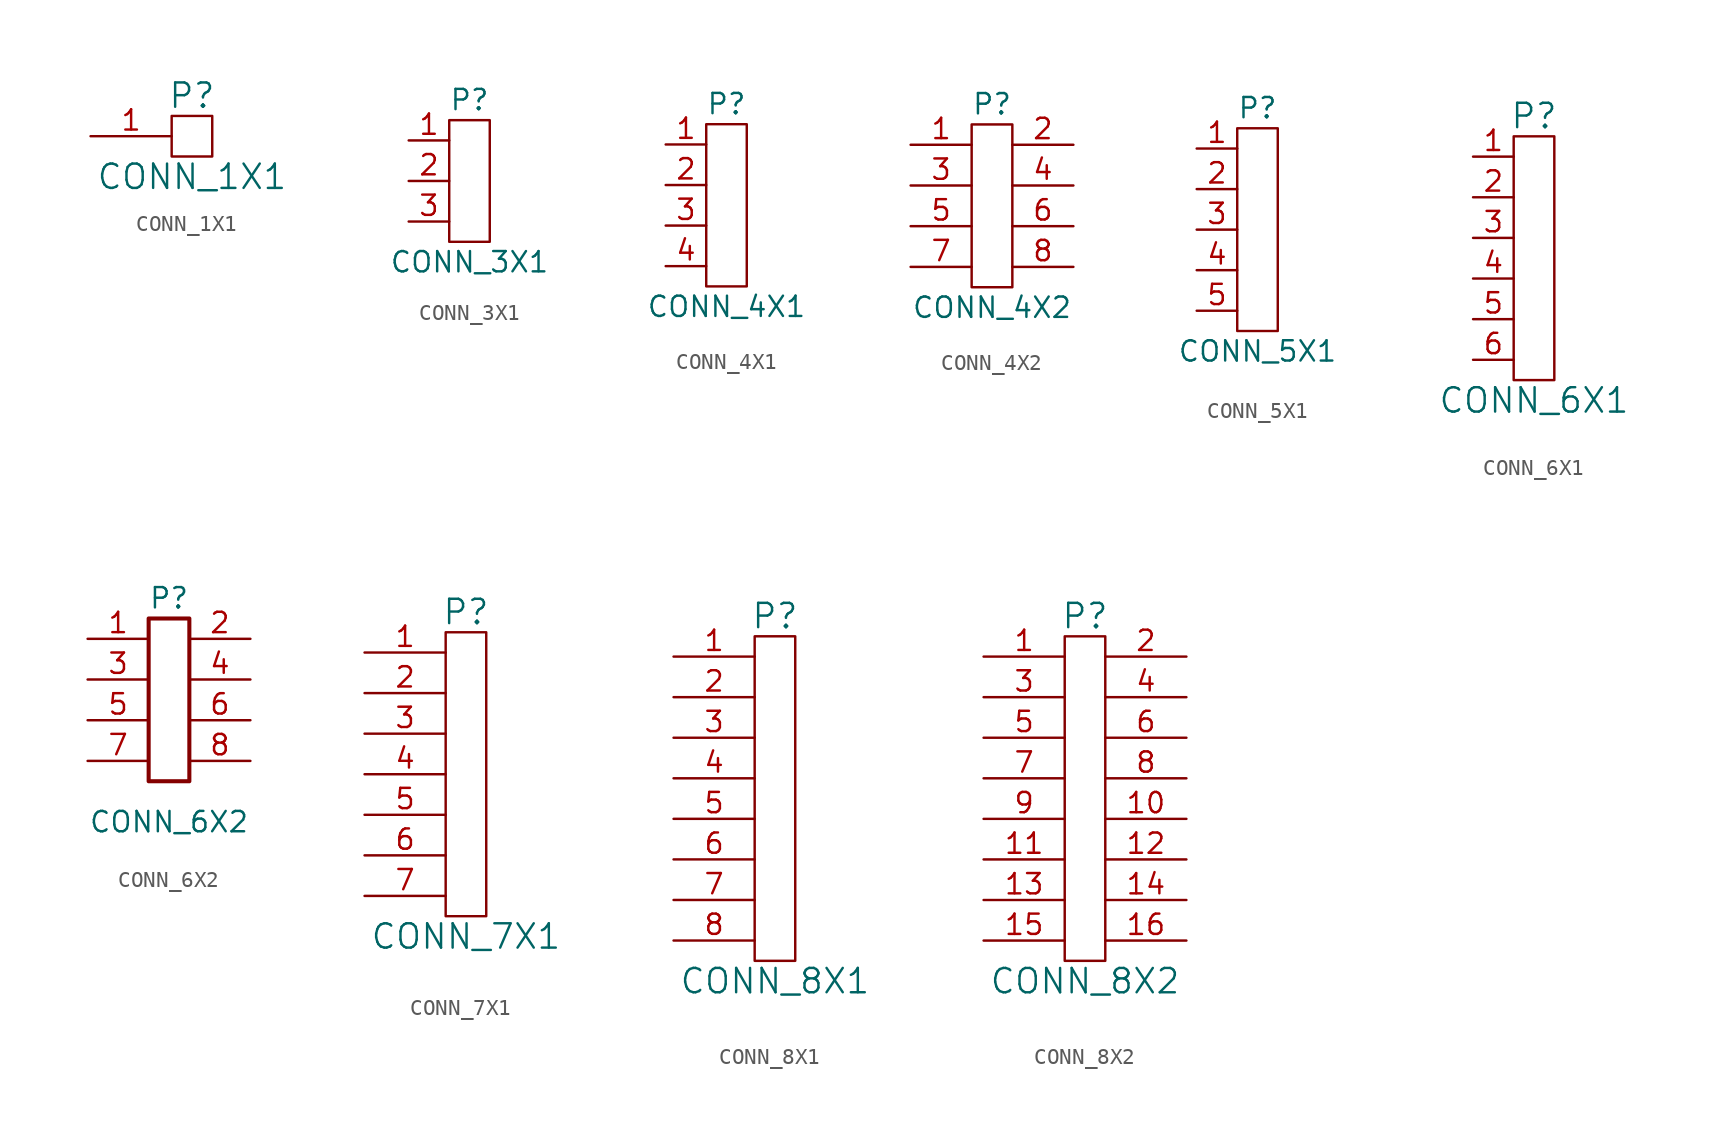
<source format=kicad_sym>
(kicad_symbol_lib
  (version 20201005)
  (generator kicad_symbol_editor)
  (symbol "CONN_1X1"
    (pin_names
      (offset 1.016))
    (property "Reference" "P"
      (at 0 2.54 0)
      (effects (font (size 1.524 1.524))))
    (property "Value" "CONN_1X1"
      (at 0 -2.54 0)
      (effects (font (size 1.524 1.524))))
    (symbol "CONN_1X1_0_1"
      (rectangle (start -1.27 1.27) (end 1.27 -1.27) (stroke (width 0)) (fill (type none))))
    (symbol "CONN_1X1_1_1"
      (pin unspecified line (at -6.35 0 0) (length 5.08) (name "~" (effects (font (size 1.27 1.27)))) (number "1" (effects (font (size 1.27 1.27)))))))
  (symbol "CONN_3X1"
    (pin_names
      (offset 1.016))
    (property "Reference" "P"
      (at 0 5.08 0)
      (effects (font (size 1.27 1.27))))
    (property "Value" "CONN_3X1"
      (at 0 -5.08 0)
      (effects (font (size 1.27 1.27))))
    (symbol "CONN_3X1_0_1"
      (rectangle (start -1.27 3.81) (end 1.27 -3.81) (stroke (width 0)) (fill (type none))))
    (symbol "CONN_3X1_1_1"
      (pin unspecified line (at -3.81 2.54 0) (length 2.54) (name "~" (effects (font (size 1.27 1.27)))) (number "1" (effects (font (size 1.27 1.27)))))
      (pin unspecified line (at -3.81 0 0) (length 2.54) (name "~" (effects (font (size 1.27 1.27)))) (number "2" (effects (font (size 1.27 1.27)))))
      (pin unspecified line (at -3.81 -2.54 0) (length 2.54) (name "~" (effects (font (size 1.27 1.27)))) (number "3" (effects (font (size 1.27 1.27)))))))
  (symbol "CONN_4X1"
    (pin_names
      (offset 1.016))
    (property "Reference" "P"
      (at 0 6.35 0)
      (effects (font (size 1.27 1.27))))
    (property "Value" "CONN_4X1"
      (at 0 -6.35 0)
      (effects (font (size 1.27 1.27))))
    (symbol "CONN_4X1_0_1"
      (rectangle (start -1.27 5.08) (end 1.27 -5.08) (stroke (width 0)) (fill (type none))))
    (symbol "CONN_4X1_1_1"
      (pin unspecified line (at -3.81 3.81 0) (length 2.54) (name "~" (effects (font (size 1.27 1.27)))) (number "1" (effects (font (size 1.27 1.27)))))
      (pin unspecified line (at -3.81 1.27 0) (length 2.54) (name "~" (effects (font (size 1.27 1.27)))) (number "2" (effects (font (size 1.27 1.27)))))
      (pin unspecified line (at -3.81 -1.27 0) (length 2.54) (name "~" (effects (font (size 1.27 1.27)))) (number "3" (effects (font (size 1.27 1.27)))))
      (pin unspecified line (at -3.81 -3.81 0) (length 2.54) (name "~" (effects (font (size 1.27 1.27)))) (number "4" (effects (font (size 1.27 1.27)))))))
  (symbol "CONN_4X2"
    (pin_names
      (offset 0.025) hide)
    (property "Reference" "P"
      (at 0 6.35 0)
      (effects (font (size 1.27 1.27))))
    (property "Value" "CONN_4X2"
      (at 0 -6.35 0)
      (effects (font (size 1.27 1.27))))
    (symbol "CONN_4X2_0_1"
      (rectangle (start -1.27 5.08) (end 1.27 -5.08) (stroke (width 0)) (fill (type none))))
    (symbol "CONN_4X2_1_1"
      (pin passive line (at -5.08 3.81 0) (length 3.81) (name "P1" (effects (font (size 1.27 1.27)))) (number "1" (effects (font (size 1.27 1.27)))))
      (pin passive line (at 5.08 3.81 180) (length 3.81) (name "P2" (effects (font (size 1.27 1.27)))) (number "2" (effects (font (size 1.27 1.27)))))
      (pin passive line (at -5.08 1.27 0) (length 3.81) (name "P3" (effects (font (size 1.27 1.27)))) (number "3" (effects (font (size 1.27 1.27)))))
      (pin passive line (at 5.08 1.27 180) (length 3.81) (name "P4" (effects (font (size 1.27 1.27)))) (number "4" (effects (font (size 1.27 1.27)))))
      (pin passive line (at -5.08 -1.27 0) (length 3.81) (name "P5" (effects (font (size 1.27 1.27)))) (number "5" (effects (font (size 1.27 1.27)))))
      (pin passive line (at 5.08 -1.27 180) (length 3.81) (name "P6" (effects (font (size 1.27 1.27)))) (number "6" (effects (font (size 1.27 1.27)))))
      (pin passive line (at -5.08 -3.81 0) (length 3.81) (name "P7" (effects (font (size 1.27 1.27)))) (number "7" (effects (font (size 1.27 1.27)))))
      (pin passive line (at 5.08 -3.81 180) (length 3.81) (name "P8" (effects (font (size 1.27 1.27)))) (number "8" (effects (font (size 1.27 1.27)))))))
  (symbol "CONN_5X1"
    (pin_names
      (offset 1.016))
    (property "Reference" "P"
      (at 0 7.62 0)
      (effects (font (size 1.27 1.27))))
    (property "Value" "CONN_5X1"
      (at 0 -7.62 0)
      (effects (font (size 1.27 1.27))))
    (symbol "CONN_5X1_0_1"
      (rectangle (start -1.27 6.35) (end 1.27 -6.35) (stroke (width 0)) (fill (type none))))
    (symbol "CONN_5X1_1_1"
      (pin unspecified line (at -3.81 5.08 0) (length 2.54) (name "~" (effects (font (size 1.27 1.27)))) (number "1" (effects (font (size 1.27 1.27)))))
      (pin unspecified line (at -3.81 2.54 0) (length 2.54) (name "~" (effects (font (size 1.27 1.27)))) (number "2" (effects (font (size 1.27 1.27)))))
      (pin unspecified line (at -3.81 0 0) (length 2.54) (name "~" (effects (font (size 1.27 1.27)))) (number "3" (effects (font (size 1.27 1.27)))))
      (pin unspecified line (at -3.81 -2.54 0) (length 2.54) (name "~" (effects (font (size 1.27 1.27)))) (number "4" (effects (font (size 1.27 1.27)))))
      (pin unspecified line (at -3.81 -5.08 0) (length 2.54) (name "~" (effects (font (size 1.27 1.27)))) (number "5" (effects (font (size 1.27 1.27)))))))
  (symbol "CONN_6X1"
    (pin_names
      (offset 1.016))
    (property "Reference" "P"
      (at 0 8.89 0)
      (effects (font (size 1.524 1.524))))
    (property "Value" "CONN_6X1"
      (at 0 -8.89 0)
      (effects (font (size 1.524 1.524))))
    (symbol "CONN_6X1_0_1"
      (rectangle (start -1.27 7.62) (end 1.27 -7.62) (stroke (width 0)) (fill (type none))))
    (symbol "CONN_6X1_1_1"
      (pin unspecified line (at -3.81 6.35 0) (length 2.54) (name "~" (effects (font (size 1.27 1.27)))) (number "1" (effects (font (size 1.27 1.27)))))
      (pin unspecified line (at -3.81 3.81 0) (length 2.54) (name "~" (effects (font (size 1.27 1.27)))) (number "2" (effects (font (size 1.27 1.27)))))
      (pin unspecified line (at -3.81 1.27 0) (length 2.54) (name "~" (effects (font (size 1.27 1.27)))) (number "3" (effects (font (size 1.27 1.27)))))
      (pin unspecified line (at -3.81 -1.27 0) (length 2.54) (name "~" (effects (font (size 1.27 1.27)))) (number "4" (effects (font (size 1.27 1.27)))))
      (pin unspecified line (at -3.81 -3.81 0) (length 2.54) (name "~" (effects (font (size 1.27 1.27)))) (number "5" (effects (font (size 1.27 1.27)))))
      (pin unspecified line (at -3.81 -6.35 0) (length 2.54) (name "~" (effects (font (size 1.27 1.27)))) (number "6" (effects (font (size 1.27 1.27)))))))
  (symbol "CONN_6X2"
    (pin_names
      (offset 1.016) hide)
    (property "Reference" "P"
      (at 0 6.35 0)
      (effects (font (size 1.27 1.27))))
    (property "Value" "CONN_6X2"
      (at 0 -7.62 0)
      (effects (font (size 1.27 1.27))))
    (symbol "CONN_6X2_1_1"
      (rectangle (start -1.27 5.08) (end 1.27 -5.08) (stroke (width 0.254)) (fill (type none)))
      (pin passive line (at -5.08 3.81 0) (length 3.81) (name "Pin_1" (effects (font (size 1.27 1.27)))) (number "1" (effects (font (size 1.27 1.27)))))
      (pin passive line (at 5.08 3.81 180) (length 3.81) (name "Pin_2" (effects (font (size 1.27 1.27)))) (number "2" (effects (font (size 1.27 1.27)))))
      (pin passive line (at -5.08 1.27 0) (length 3.81) (name "Pin_3" (effects (font (size 1.27 1.27)))) (number "3" (effects (font (size 1.27 1.27)))))
      (pin passive line (at 5.08 1.27 180) (length 3.81) (name "Pin_4" (effects (font (size 1.27 1.27)))) (number "4" (effects (font (size 1.27 1.27)))))
      (pin passive line (at -5.08 -1.27 0) (length 3.81) (name "Pin_5" (effects (font (size 1.27 1.27)))) (number "5" (effects (font (size 1.27 1.27)))))
      (pin passive line (at 5.08 -1.27 180) (length 3.81) (name "Pin_6" (effects (font (size 1.27 1.27)))) (number "6" (effects (font (size 1.27 1.27)))))
      (pin passive line (at -5.08 -3.81 0) (length 3.81) (name "Pin_7" (effects (font (size 1.27 1.27)))) (number "7" (effects (font (size 1.27 1.27)))))
      (pin passive line (at 5.08 -3.81 180) (length 3.81) (name "Pin_8" (effects (font (size 1.27 1.27)))) (number "8" (effects (font (size 1.27 1.27)))))))
  (symbol "CONN_7X1"
    (pin_names
      (offset 1.016))
    (property "Reference" "P"
      (at 0 10.16 0)
      (effects (font (size 1.524 1.524))))
    (property "Value" "CONN_7X1"
      (at 0 -10.16 0)
      (effects (font (size 1.524 1.524))))
    (symbol "CONN_7X1_0_1"
      (rectangle (start -1.27 8.89) (end 1.27 -8.89) (stroke (width 0)) (fill (type none))))
    (symbol "CONN_7X1_1_1"
      (pin unspecified line (at -6.35 7.62 0) (length 5.08) (name "~" (effects (font (size 1.27 1.27)))) (number "1" (effects (font (size 1.27 1.27)))))
      (pin unspecified line (at -6.35 5.08 0) (length 5.08) (name "~" (effects (font (size 1.27 1.27)))) (number "2" (effects (font (size 1.27 1.27)))))
      (pin unspecified line (at -6.35 2.54 0) (length 5.08) (name "~" (effects (font (size 1.27 1.27)))) (number "3" (effects (font (size 1.27 1.27)))))
      (pin unspecified line (at -6.35 0 0) (length 5.08) (name "~" (effects (font (size 1.27 1.27)))) (number "4" (effects (font (size 1.27 1.27)))))
      (pin unspecified line (at -6.35 -2.54 0) (length 5.08) (name "~" (effects (font (size 1.27 1.27)))) (number "5" (effects (font (size 1.27 1.27)))))
      (pin unspecified line (at -6.35 -5.08 0) (length 5.08) (name "~" (effects (font (size 1.27 1.27)))) (number "6" (effects (font (size 1.27 1.27)))))
      (pin unspecified line (at -6.35 -7.62 0) (length 5.08) (name "~" (effects (font (size 1.27 1.27)))) (number "7" (effects (font (size 1.27 1.27)))))))
  (symbol "CONN_8X1"
    (pin_names
      (offset 1.016))
    (property "Reference" "P"
      (at 0 11.43 0)
      (effects (font (size 1.524 1.524))))
    (property "Value" "CONN_8X1"
      (at 0 -11.43 0)
      (effects (font (size 1.524 1.524))))
    (symbol "CONN_8X1_0_1"
      (rectangle (start -1.27 10.16) (end 1.27 -10.16) (stroke (width 0)) (fill (type none))))
    (symbol "CONN_8X1_1_1"
      (pin unspecified line (at -6.35 8.89 0) (length 5.08) (name "~" (effects (font (size 1.27 1.27)))) (number "1" (effects (font (size 1.27 1.27)))))
      (pin unspecified line (at -6.35 6.35 0) (length 5.08) (name "~" (effects (font (size 1.27 1.27)))) (number "2" (effects (font (size 1.27 1.27)))))
      (pin unspecified line (at -6.35 3.81 0) (length 5.08) (name "~" (effects (font (size 1.27 1.27)))) (number "3" (effects (font (size 1.27 1.27)))))
      (pin unspecified line (at -6.35 1.27 0) (length 5.08) (name "~" (effects (font (size 1.27 1.27)))) (number "4" (effects (font (size 1.27 1.27)))))
      (pin unspecified line (at -6.35 -1.27 0) (length 5.08) (name "~" (effects (font (size 1.27 1.27)))) (number "5" (effects (font (size 1.27 1.27)))))
      (pin unspecified line (at -6.35 -3.81 0) (length 5.08) (name "~" (effects (font (size 1.27 1.27)))) (number "6" (effects (font (size 1.27 1.27)))))
      (pin unspecified line (at -6.35 -6.35 0) (length 5.08) (name "~" (effects (font (size 1.27 1.27)))) (number "7" (effects (font (size 1.27 1.27)))))
      (pin unspecified line (at -6.35 -8.89 0) (length 5.08) (name "~" (effects (font (size 1.27 1.27)))) (number "8" (effects (font (size 1.27 1.27)))))))
  (symbol "CONN_8X2"
    (pin_names
      (offset 1.016))
    (property "Reference" "P"
      (at 0 11.43 0)
      (effects (font (size 1.524 1.524))))
    (property "Value" "CONN_8X2"
      (at 0 -11.43 0)
      (effects (font (size 1.524 1.524))))
    (symbol "CONN_8X2_0_1"
      (rectangle (start -1.27 10.16) (end 1.27 -10.16) (stroke (width 0)) (fill (type none))))
    (symbol "CONN_8X2_1_1"
      (pin unspecified line (at -6.35 8.89 0) (length 5.08) (name "~" (effects (font (size 1.27 1.27)))) (number "1" (effects (font (size 1.27 1.27)))))
      (pin passive line (at 6.35 -1.27 180) (length 5.08) (name "~" (effects (font (size 1.27 1.27)))) (number "10" (effects (font (size 1.27 1.27)))))
      (pin passive line (at -6.35 -3.81 0) (length 5.08) (name "~" (effects (font (size 1.27 1.27)))) (number "11" (effects (font (size 1.27 1.27)))))
      (pin passive line (at 6.35 -3.81 180) (length 5.08) (name "~" (effects (font (size 1.27 1.27)))) (number "12" (effects (font (size 1.27 1.27)))))
      (pin passive line (at -6.35 -6.35 0) (length 5.08) (name "~" (effects (font (size 1.27 1.27)))) (number "13" (effects (font (size 1.27 1.27)))))
      (pin passive line (at 6.35 -6.35 180) (length 5.08) (name "~" (effects (font (size 1.27 1.27)))) (number "14" (effects (font (size 1.27 1.27)))))
      (pin passive line (at -6.35 -8.89 0) (length 5.08) (name "~" (effects (font (size 1.27 1.27)))) (number "15" (effects (font (size 1.27 1.27)))))
      (pin passive line (at 6.35 -8.89 180) (length 5.08) (name "~" (effects (font (size 1.27 1.27)))) (number "16" (effects (font (size 1.27 1.27)))))
      (pin unspecified line (at 6.35 8.89 180) (length 5.08) (name "~" (effects (font (size 1.27 1.27)))) (number "2" (effects (font (size 1.27 1.27)))))
      (pin unspecified line (at -6.35 6.35 0) (length 5.08) (name "~" (effects (font (size 1.27 1.27)))) (number "3" (effects (font (size 1.27 1.27)))))
      (pin unspecified line (at 6.35 6.35 180) (length 5.08) (name "~" (effects (font (size 1.27 1.27)))) (number "4" (effects (font (size 1.27 1.27)))))
      (pin unspecified line (at -6.35 3.81 0) (length 5.08) (name "~" (effects (font (size 1.27 1.27)))) (number "5" (effects (font (size 1.27 1.27)))))
      (pin unspecified line (at 6.35 3.81 180) (length 5.08) (name "~" (effects (font (size 1.27 1.27)))) (number "6" (effects (font (size 1.27 1.27)))))
      (pin unspecified line (at -6.35 1.27 0) (length 5.08) (name "~" (effects (font (size 1.27 1.27)))) (number "7" (effects (font (size 1.27 1.27)))))
      (pin unspecified line (at 6.35 1.27 180) (length 5.08) (name "~" (effects (font (size 1.27 1.27)))) (number "8" (effects (font (size 1.27 1.27)))))
      (pin passive line (at -6.35 -1.27 0) (length 5.08) (name "~" (effects (font (size 1.27 1.27)))) (number "9" (effects (font (size 1.27 1.27))))))))
</source>
